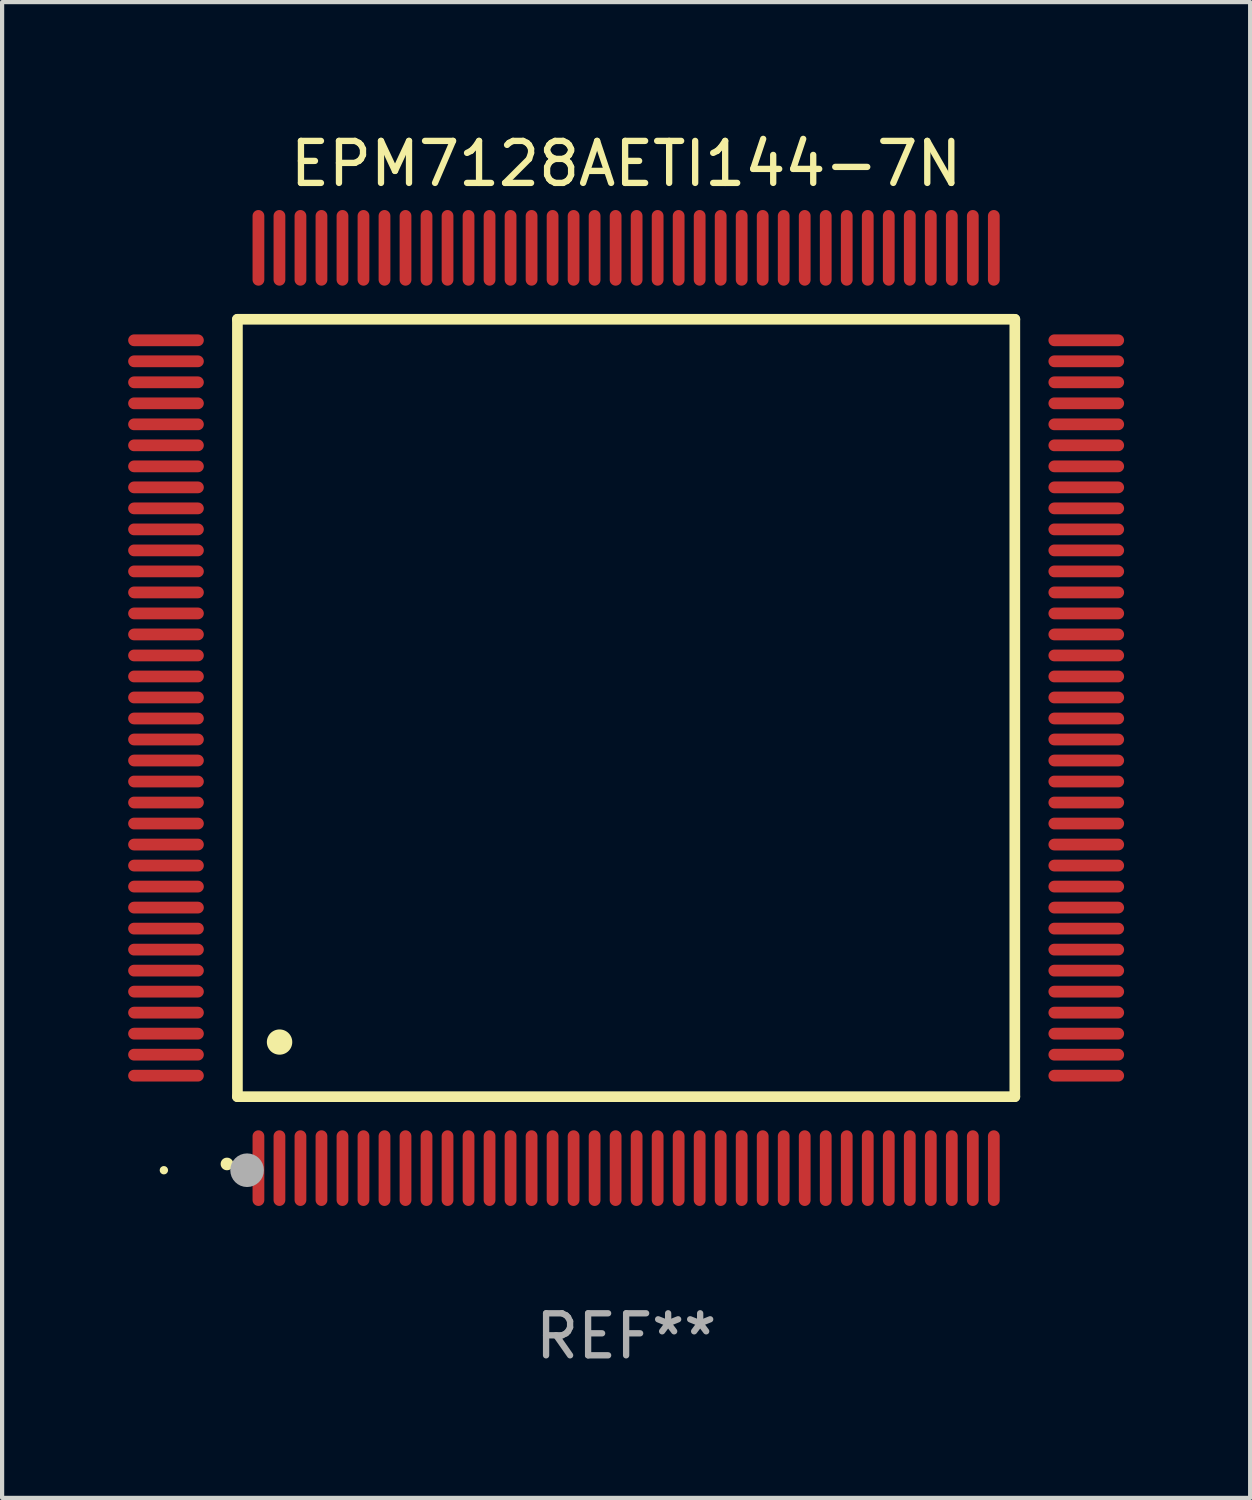
<source format=kicad_pcb>
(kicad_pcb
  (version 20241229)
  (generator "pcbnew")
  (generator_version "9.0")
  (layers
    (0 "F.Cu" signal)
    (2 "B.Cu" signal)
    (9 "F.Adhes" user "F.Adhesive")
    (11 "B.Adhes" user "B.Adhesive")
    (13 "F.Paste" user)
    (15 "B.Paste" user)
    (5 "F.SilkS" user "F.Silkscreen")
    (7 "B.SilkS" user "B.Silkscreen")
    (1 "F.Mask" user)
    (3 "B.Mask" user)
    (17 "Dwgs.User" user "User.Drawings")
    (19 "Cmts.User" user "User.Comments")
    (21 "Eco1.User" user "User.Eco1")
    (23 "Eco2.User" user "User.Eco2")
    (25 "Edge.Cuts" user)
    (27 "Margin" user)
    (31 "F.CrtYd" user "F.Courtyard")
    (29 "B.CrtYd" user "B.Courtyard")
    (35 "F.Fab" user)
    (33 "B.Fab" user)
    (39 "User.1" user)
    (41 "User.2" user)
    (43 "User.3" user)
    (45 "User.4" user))
  (footprint "EPM7128AETI144-7N"
    (layer "F.Cu")
    (at 11.85 13.798)
    (property "Reference" "EPM7128AETI144-7N" (at 0 -12.95 0) (layer "F.SilkS") (effects (font (size 1 1) (thickness 0.15))))
    (attr through_hole)
    (fp_line (start -9.25 -9.25) (end -9.25 9.25) (stroke (width 0.254) (type solid)) (layer "F.SilkS"))
    (fp_line (start -9.25 9.25) (end 9.25 9.25) (stroke (width 0.254) (type solid)) (layer "F.SilkS"))
    (fp_line (start 9.25 -9.25) (end -9.25 -9.25) (stroke (width 0.254) (type solid)) (layer "F.SilkS"))
    (fp_line (start 9.25 9.25) (end 9.25 -9.25) (stroke (width 0.254) (type solid)) (layer "F.SilkS"))
    (fp_arc (start -9.499619 10.850902) (mid -9.498349 10.850897) (end -9.497079 10.850902) (stroke (width 0.3) (type solid)) (layer "F.SilkS"))
    (fp_arc (start -8.249936 7.950216) (mid -8.247396 7.950205) (end -8.244856 7.950216) (stroke (width 0.6) (type solid)) (layer "F.SilkS"))
    (fp_circle (center -11 11) (end -10.95 11) (stroke (width 0.1) (type solid)) (fill no) (layer "F.SilkS"))
    (fp_circle (center -9.02 11) (end -8.82 11) (stroke (width 0.4) (type solid)) (fill no) (layer "F.Fab"))
    (fp_text user "REF**" (at 0 14.95 0) (layer "F.Fab") (effects (font (size 1 1) (thickness 0.15))))
    (pad "1" smd oval (at -8.75 10.95) (size 0.28 1.8) (layers "F.Cu" "F.Mask" "F.Paste"))
    (pad "2" smd oval (at -8.25 10.95) (size 0.28 1.8) (layers "F.Cu" "F.Mask" "F.Paste"))
    (pad "3" smd oval (at -7.75 10.95) (size 0.28 1.8) (layers "F.Cu" "F.Mask" "F.Paste"))
    (pad "4" smd oval (at -7.25 10.95) (size 0.28 1.8) (layers "F.Cu" "F.Mask" "F.Paste"))
    (pad "5" smd oval (at -6.75 10.95) (size 0.28 1.8) (layers "F.Cu" "F.Mask" "F.Paste"))
    (pad "6" smd oval (at -6.25 10.95) (size 0.28 1.8) (layers "F.Cu" "F.Mask" "F.Paste"))
    (pad "7" smd oval (at -5.75 10.95) (size 0.28 1.8) (layers "F.Cu" "F.Mask" "F.Paste"))
    (pad "8" smd oval (at -5.25 10.95) (size 0.28 1.8) (layers "F.Cu" "F.Mask" "F.Paste"))
    (pad "9" smd oval (at -4.75 10.95) (size 0.28 1.8) (layers "F.Cu" "F.Mask" "F.Paste"))
    (pad "10" smd oval (at -4.25 10.95) (size 0.28 1.8) (layers "F.Cu" "F.Mask" "F.Paste"))
    (pad "11" smd oval (at -3.75 10.95) (size 0.28 1.8) (layers "F.Cu" "F.Mask" "F.Paste"))
    (pad "12" smd oval (at -3.25 10.95) (size 0.28 1.8) (layers "F.Cu" "F.Mask" "F.Paste"))
    (pad "13" smd oval (at -2.75 10.95) (size 0.28 1.8) (layers "F.Cu" "F.Mask" "F.Paste"))
    (pad "14" smd oval (at -2.25 10.95) (size 0.28 1.8) (layers "F.Cu" "F.Mask" "F.Paste"))
    (pad "15" smd oval (at -1.75 10.95) (size 0.28 1.8) (layers "F.Cu" "F.Mask" "F.Paste"))
    (pad "16" smd oval (at -1.25 10.95) (size 0.28 1.8) (layers "F.Cu" "F.Mask" "F.Paste"))
    (pad "17" smd oval (at -0.75 10.95) (size 0.28 1.8) (layers "F.Cu" "F.Mask" "F.Paste"))
    (pad "18" smd oval (at -0.25 10.95) (size 0.28 1.8) (layers "F.Cu" "F.Mask" "F.Paste"))
    (pad "19" smd oval (at 0.25 10.95) (size 0.28 1.8) (layers "F.Cu" "F.Mask" "F.Paste"))
    (pad "20" smd oval (at 0.75 10.95) (size 0.28 1.8) (layers "F.Cu" "F.Mask" "F.Paste"))
    (pad "21" smd oval (at 1.25 10.95) (size 0.28 1.8) (layers "F.Cu" "F.Mask" "F.Paste"))
    (pad "22" smd oval (at 1.75 10.95) (size 0.28 1.8) (layers "F.Cu" "F.Mask" "F.Paste"))
    (pad "23" smd oval (at 2.25 10.95) (size 0.28 1.8) (layers "F.Cu" "F.Mask" "F.Paste"))
    (pad "24" smd oval (at 2.75 10.95) (size 0.28 1.8) (layers "F.Cu" "F.Mask" "F.Paste"))
    (pad "25" smd oval (at 3.25 10.95) (size 0.28 1.8) (layers "F.Cu" "F.Mask" "F.Paste"))
    (pad "26" smd oval (at 3.75 10.95) (size 0.28 1.8) (layers "F.Cu" "F.Mask" "F.Paste"))
    (pad "27" smd oval (at 4.25 10.95) (size 0.28 1.8) (layers "F.Cu" "F.Mask" "F.Paste"))
    (pad "28" smd oval (at 4.75 10.95) (size 0.28 1.8) (layers "F.Cu" "F.Mask" "F.Paste"))
    (pad "29" smd oval (at 5.25 10.95) (size 0.28 1.8) (layers "F.Cu" "F.Mask" "F.Paste"))
    (pad "30" smd oval (at 5.75 10.95) (size 0.28 1.8) (layers "F.Cu" "F.Mask" "F.Paste"))
    (pad "31" smd oval (at 6.25 10.95) (size 0.28 1.8) (layers "F.Cu" "F.Mask" "F.Paste"))
    (pad "32" smd oval (at 6.75 10.95) (size 0.28 1.8) (layers "F.Cu" "F.Mask" "F.Paste"))
    (pad "33" smd oval (at 7.25 10.95) (size 0.28 1.8) (layers "F.Cu" "F.Mask" "F.Paste"))
    (pad "34" smd oval (at 7.75 10.95) (size 0.28 1.8) (layers "F.Cu" "F.Mask" "F.Paste"))
    (pad "35" smd oval (at 8.25 10.95) (size 0.28 1.8) (layers "F.Cu" "F.Mask" "F.Paste"))
    (pad "36" smd oval (at 8.75 10.95) (size 0.28 1.8) (layers "F.Cu" "F.Mask" "F.Paste"))
    (pad "37" smd oval (at 10.95 8.75) (size 1.8 0.28) (layers "F.Cu" "F.Mask" "F.Paste"))
    (pad "38" smd oval (at 10.95 8.25) (size 1.8 0.28) (layers "F.Cu" "F.Mask" "F.Paste"))
    (pad "39" smd oval (at 10.95 7.75) (size 1.8 0.28) (layers "F.Cu" "F.Mask" "F.Paste"))
    (pad "40" smd oval (at 10.95 7.25) (size 1.8 0.28) (layers "F.Cu" "F.Mask" "F.Paste"))
    (pad "41" smd oval (at 10.95 6.75) (size 1.8 0.28) (layers "F.Cu" "F.Mask" "F.Paste"))
    (pad "42" smd oval (at 10.95 6.25) (size 1.8 0.28) (layers "F.Cu" "F.Mask" "F.Paste"))
    (pad "43" smd oval (at 10.95 5.75) (size 1.8 0.28) (layers "F.Cu" "F.Mask" "F.Paste"))
    (pad "44" smd oval (at 10.95 5.25) (size 1.8 0.28) (layers "F.Cu" "F.Mask" "F.Paste"))
    (pad "45" smd oval (at 10.95 4.75) (size 1.8 0.28) (layers "F.Cu" "F.Mask" "F.Paste"))
    (pad "46" smd oval (at 10.95 4.25) (size 1.8 0.28) (layers "F.Cu" "F.Mask" "F.Paste"))
    (pad "47" smd oval (at 10.95 3.75) (size 1.8 0.28) (layers "F.Cu" "F.Mask" "F.Paste"))
    (pad "48" smd oval (at 10.95 3.25) (size 1.8 0.28) (layers "F.Cu" "F.Mask" "F.Paste"))
    (pad "49" smd oval (at 10.95 2.75) (size 1.8 0.28) (layers "F.Cu" "F.Mask" "F.Paste"))
    (pad "50" smd oval (at 10.95 2.25) (size 1.8 0.28) (layers "F.Cu" "F.Mask" "F.Paste"))
    (pad "51" smd oval (at 10.95 1.75) (size 1.8 0.28) (layers "F.Cu" "F.Mask" "F.Paste"))
    (pad "52" smd oval (at 10.95 1.25) (size 1.8 0.28) (layers "F.Cu" "F.Mask" "F.Paste"))
    (pad "53" smd oval (at 10.95 0.75) (size 1.8 0.28) (layers "F.Cu" "F.Mask" "F.Paste"))
    (pad "54" smd oval (at 10.95 0.25) (size 1.8 0.28) (layers "F.Cu" "F.Mask" "F.Paste"))
    (pad "55" smd oval (at 10.95 -0.25) (size 1.8 0.28) (layers "F.Cu" "F.Mask" "F.Paste"))
    (pad "56" smd oval (at 10.95 -0.75) (size 1.8 0.28) (layers "F.Cu" "F.Mask" "F.Paste"))
    (pad "57" smd oval (at 10.95 -1.25) (size 1.8 0.28) (layers "F.Cu" "F.Mask" "F.Paste"))
    (pad "58" smd oval (at 10.95 -1.75) (size 1.8 0.28) (layers "F.Cu" "F.Mask" "F.Paste"))
    (pad "59" smd oval (at 10.95 -2.25) (size 1.8 0.28) (layers "F.Cu" "F.Mask" "F.Paste"))
    (pad "60" smd oval (at 10.95 -2.75) (size 1.8 0.28) (layers "F.Cu" "F.Mask" "F.Paste"))
    (pad "61" smd oval (at 10.95 -3.25) (size 1.8 0.28) (layers "F.Cu" "F.Mask" "F.Paste"))
    (pad "62" smd oval (at 10.95 -3.75) (size 1.8 0.28) (layers "F.Cu" "F.Mask" "F.Paste"))
    (pad "63" smd oval (at 10.95 -4.25) (size 1.8 0.28) (layers "F.Cu" "F.Mask" "F.Paste"))
    (pad "64" smd oval (at 10.95 -4.75) (size 1.8 0.28) (layers "F.Cu" "F.Mask" "F.Paste"))
    (pad "65" smd oval (at 10.95 -5.25) (size 1.8 0.28) (layers "F.Cu" "F.Mask" "F.Paste"))
    (pad "66" smd oval (at 10.95 -5.75) (size 1.8 0.28) (layers "F.Cu" "F.Mask" "F.Paste"))
    (pad "67" smd oval (at 10.95 -6.25) (size 1.8 0.28) (layers "F.Cu" "F.Mask" "F.Paste"))
    (pad "68" smd oval (at 10.95 -6.75) (size 1.8 0.28) (layers "F.Cu" "F.Mask" "F.Paste"))
    (pad "69" smd oval (at 10.95 -7.25) (size 1.8 0.28) (layers "F.Cu" "F.Mask" "F.Paste"))
    (pad "70" smd oval (at 10.95 -7.75) (size 1.8 0.28) (layers "F.Cu" "F.Mask" "F.Paste"))
    (pad "71" smd oval (at 10.95 -8.25) (size 1.8 0.28) (layers "F.Cu" "F.Mask" "F.Paste"))
    (pad "72" smd oval (at 10.95 -8.75) (size 1.8 0.28) (layers "F.Cu" "F.Mask" "F.Paste"))
    (pad "73" smd oval (at 8.75 -10.95) (size 0.28 1.8) (layers "F.Cu" "F.Mask" "F.Paste"))
    (pad "74" smd oval (at 8.25 -10.95) (size 0.28 1.8) (layers "F.Cu" "F.Mask" "F.Paste"))
    (pad "75" smd oval (at 7.75 -10.95) (size 0.28 1.8) (layers "F.Cu" "F.Mask" "F.Paste"))
    (pad "76" smd oval (at 7.25 -10.95) (size 0.28 1.8) (layers "F.Cu" "F.Mask" "F.Paste"))
    (pad "77" smd oval (at 6.75 -10.95) (size 0.28 1.8) (layers "F.Cu" "F.Mask" "F.Paste"))
    (pad "78" smd oval (at 6.25 -10.95) (size 0.28 1.8) (layers "F.Cu" "F.Mask" "F.Paste"))
    (pad "79" smd oval (at 5.75 -10.95) (size 0.28 1.8) (layers "F.Cu" "F.Mask" "F.Paste"))
    (pad "80" smd oval (at 5.25 -10.95) (size 0.28 1.8) (layers "F.Cu" "F.Mask" "F.Paste"))
    (pad "81" smd oval (at 4.75 -10.95) (size 0.28 1.8) (layers "F.Cu" "F.Mask" "F.Paste"))
    (pad "82" smd oval (at 4.25 -10.95) (size 0.28 1.8) (layers "F.Cu" "F.Mask" "F.Paste"))
    (pad "83" smd oval (at 3.75 -10.95) (size 0.28 1.8) (layers "F.Cu" "F.Mask" "F.Paste"))
    (pad "84" smd oval (at 3.25 -10.95) (size 0.28 1.8) (layers "F.Cu" "F.Mask" "F.Paste"))
    (pad "85" smd oval (at 2.75 -10.95) (size 0.28 1.8) (layers "F.Cu" "F.Mask" "F.Paste"))
    (pad "86" smd oval (at 2.25 -10.95) (size 0.28 1.8) (layers "F.Cu" "F.Mask" "F.Paste"))
    (pad "87" smd oval (at 1.75 -10.95) (size 0.28 1.8) (layers "F.Cu" "F.Mask" "F.Paste"))
    (pad "88" smd oval (at 1.25 -10.95) (size 0.28 1.8) (layers "F.Cu" "F.Mask" "F.Paste"))
    (pad "89" smd oval (at 0.75 -10.95) (size 0.28 1.8) (layers "F.Cu" "F.Mask" "F.Paste"))
    (pad "90" smd oval (at 0.25 -10.95) (size 0.28 1.8) (layers "F.Cu" "F.Mask" "F.Paste"))
    (pad "91" smd oval (at -0.25 -10.95) (size 0.28 1.8) (layers "F.Cu" "F.Mask" "F.Paste"))
    (pad "92" smd oval (at -0.75 -10.95) (size 0.28 1.8) (layers "F.Cu" "F.Mask" "F.Paste"))
    (pad "93" smd oval (at -1.25 -10.95) (size 0.28 1.8) (layers "F.Cu" "F.Mask" "F.Paste"))
    (pad "94" smd oval (at -1.75 -10.95) (size 0.28 1.8) (layers "F.Cu" "F.Mask" "F.Paste"))
    (pad "95" smd oval (at -2.25 -10.95) (size 0.28 1.8) (layers "F.Cu" "F.Mask" "F.Paste"))
    (pad "96" smd oval (at -2.75 -10.95) (size 0.28 1.8) (layers "F.Cu" "F.Mask" "F.Paste"))
    (pad "97" smd oval (at -3.25 -10.95) (size 0.28 1.8) (layers "F.Cu" "F.Mask" "F.Paste"))
    (pad "98" smd oval (at -3.75 -10.95) (size 0.28 1.8) (layers "F.Cu" "F.Mask" "F.Paste"))
    (pad "99" smd oval (at -4.25 -10.95) (size 0.28 1.8) (layers "F.Cu" "F.Mask" "F.Paste"))
    (pad "100" smd oval (at -4.75 -10.95) (size 0.28 1.8) (layers "F.Cu" "F.Mask" "F.Paste"))
    (pad "101" smd oval (at -5.25 -10.95) (size 0.28 1.8) (layers "F.Cu" "F.Mask" "F.Paste"))
    (pad "102" smd oval (at -5.75 -10.95) (size 0.28 1.8) (layers "F.Cu" "F.Mask" "F.Paste"))
    (pad "103" smd oval (at -6.25 -10.95) (size 0.28 1.8) (layers "F.Cu" "F.Mask" "F.Paste"))
    (pad "104" smd oval (at -6.75 -10.95) (size 0.28 1.8) (layers "F.Cu" "F.Mask" "F.Paste"))
    (pad "105" smd oval (at -7.25 -10.95) (size 0.28 1.8) (layers "F.Cu" "F.Mask" "F.Paste"))
    (pad "106" smd oval (at -7.75 -10.95) (size 0.28 1.8) (layers "F.Cu" "F.Mask" "F.Paste"))
    (pad "107" smd oval (at -8.25 -10.95) (size 0.28 1.8) (layers "F.Cu" "F.Mask" "F.Paste"))
    (pad "108" smd oval (at -8.75 -10.95) (size 0.28 1.8) (layers "F.Cu" "F.Mask" "F.Paste"))
    (pad "109" smd oval (at -10.95 -8.75) (size 1.8 0.28) (layers "F.Cu" "F.Mask" "F.Paste"))
    (pad "110" smd oval (at -10.95 -8.25) (size 1.8 0.28) (layers "F.Cu" "F.Mask" "F.Paste"))
    (pad "111" smd oval (at -10.95 -7.75) (size 1.8 0.28) (layers "F.Cu" "F.Mask" "F.Paste"))
    (pad "112" smd oval (at -10.95 -7.25) (size 1.8 0.28) (layers "F.Cu" "F.Mask" "F.Paste"))
    (pad "113" smd oval (at -10.95 -6.75) (size 1.8 0.28) (layers "F.Cu" "F.Mask" "F.Paste"))
    (pad "114" smd oval (at -10.95 -6.25) (size 1.8 0.28) (layers "F.Cu" "F.Mask" "F.Paste"))
    (pad "115" smd oval (at -10.95 -5.75) (size 1.8 0.28) (layers "F.Cu" "F.Mask" "F.Paste"))
    (pad "116" smd oval (at -10.95 -5.25) (size 1.8 0.28) (layers "F.Cu" "F.Mask" "F.Paste"))
    (pad "117" smd oval (at -10.95 -4.75) (size 1.8 0.28) (layers "F.Cu" "F.Mask" "F.Paste"))
    (pad "118" smd oval (at -10.95 -4.25) (size 1.8 0.28) (layers "F.Cu" "F.Mask" "F.Paste"))
    (pad "119" smd oval (at -10.95 -3.75) (size 1.8 0.28) (layers "F.Cu" "F.Mask" "F.Paste"))
    (pad "120" smd oval (at -10.95 -3.25) (size 1.8 0.28) (layers "F.Cu" "F.Mask" "F.Paste"))
    (pad "121" smd oval (at -10.95 -2.75) (size 1.8 0.28) (layers "F.Cu" "F.Mask" "F.Paste"))
    (pad "122" smd oval (at -10.95 -2.25) (size 1.8 0.28) (layers "F.Cu" "F.Mask" "F.Paste"))
    (pad "123" smd oval (at -10.95 -1.75) (size 1.8 0.28) (layers "F.Cu" "F.Mask" "F.Paste"))
    (pad "124" smd oval (at -10.95 -1.25) (size 1.8 0.28) (layers "F.Cu" "F.Mask" "F.Paste"))
    (pad "125" smd oval (at -10.95 -0.75) (size 1.8 0.28) (layers "F.Cu" "F.Mask" "F.Paste"))
    (pad "126" smd oval (at -10.95 -0.25) (size 1.8 0.28) (layers "F.Cu" "F.Mask" "F.Paste"))
    (pad "127" smd oval (at -10.95 0.25) (size 1.8 0.28) (layers "F.Cu" "F.Mask" "F.Paste"))
    (pad "128" smd oval (at -10.95 0.75) (size 1.8 0.28) (layers "F.Cu" "F.Mask" "F.Paste"))
    (pad "129" smd oval (at -10.95 1.25) (size 1.8 0.28) (layers "F.Cu" "F.Mask" "F.Paste"))
    (pad "130" smd oval (at -10.95 1.75) (size 1.8 0.28) (layers "F.Cu" "F.Mask" "F.Paste"))
    (pad "131" smd oval (at -10.95 2.25) (size 1.8 0.28) (layers "F.Cu" "F.Mask" "F.Paste"))
    (pad "132" smd oval (at -10.95 2.75) (size 1.8 0.28) (layers "F.Cu" "F.Mask" "F.Paste"))
    (pad "133" smd oval (at -10.95 3.25) (size 1.8 0.28) (layers "F.Cu" "F.Mask" "F.Paste"))
    (pad "134" smd oval (at -10.95 3.75) (size 1.8 0.28) (layers "F.Cu" "F.Mask" "F.Paste"))
    (pad "135" smd oval (at -10.95 4.25) (size 1.8 0.28) (layers "F.Cu" "F.Mask" "F.Paste"))
    (pad "136" smd oval (at -10.95 4.75) (size 1.8 0.28) (layers "F.Cu" "F.Mask" "F.Paste"))
    (pad "137" smd oval (at -10.95 5.25) (size 1.8 0.28) (layers "F.Cu" "F.Mask" "F.Paste"))
    (pad "138" smd oval (at -10.95 5.75) (size 1.8 0.28) (layers "F.Cu" "F.Mask" "F.Paste"))
    (pad "139" smd oval (at -10.95 6.25) (size 1.8 0.28) (layers "F.Cu" "F.Mask" "F.Paste"))
    (pad "140" smd oval (at -10.95 6.75) (size 1.8 0.28) (layers "F.Cu" "F.Mask" "F.Paste"))
    (pad "141" smd oval (at -10.95 7.25) (size 1.8 0.28) (layers "F.Cu" "F.Mask" "F.Paste"))
    (pad "142" smd oval (at -10.95 7.75) (size 1.8 0.28) (layers "F.Cu" "F.Mask" "F.Paste"))
    (pad "143" smd oval (at -10.95 8.25) (size 1.8 0.28) (layers "F.Cu" "F.Mask" "F.Paste"))
    (pad "144" smd oval (at -10.95 8.75) (size 1.8 0.28) (layers "F.Cu" "F.Mask" "F.Paste")))
  (gr_rect
    (start -3 -3)
    (end 26.7 32.596)
    (stroke (width 0.1) (type default))
    (fill no)
    (layer "Edge.Cuts")))
</source>
